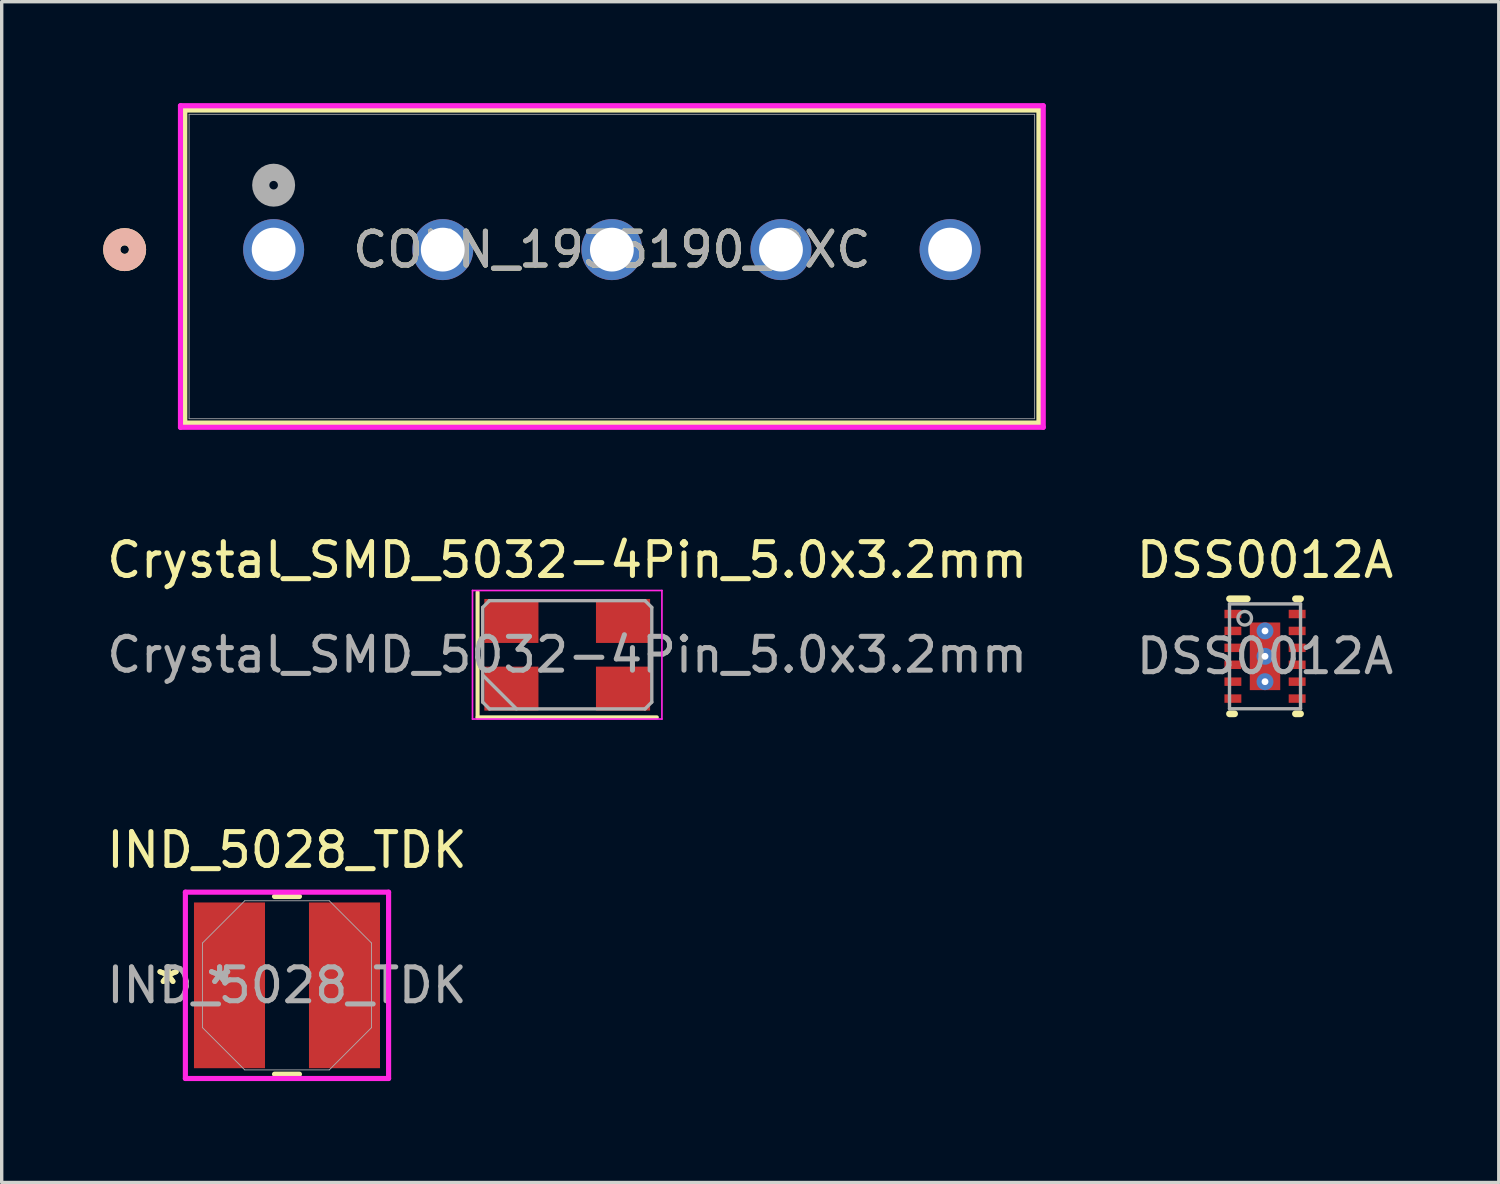
<source format=kicad_pcb>
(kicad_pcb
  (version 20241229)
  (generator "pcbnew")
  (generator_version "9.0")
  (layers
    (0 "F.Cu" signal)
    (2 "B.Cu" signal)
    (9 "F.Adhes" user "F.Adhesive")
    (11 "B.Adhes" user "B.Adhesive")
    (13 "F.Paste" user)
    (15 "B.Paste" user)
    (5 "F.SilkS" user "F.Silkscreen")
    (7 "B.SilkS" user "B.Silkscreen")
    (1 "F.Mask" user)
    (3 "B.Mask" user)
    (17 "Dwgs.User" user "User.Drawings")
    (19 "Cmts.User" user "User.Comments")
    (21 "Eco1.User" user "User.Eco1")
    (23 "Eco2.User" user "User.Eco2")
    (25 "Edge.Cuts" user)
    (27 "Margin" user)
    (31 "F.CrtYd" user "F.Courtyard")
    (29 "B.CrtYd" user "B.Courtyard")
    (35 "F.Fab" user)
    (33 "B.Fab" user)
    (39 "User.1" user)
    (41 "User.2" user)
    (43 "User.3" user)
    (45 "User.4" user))
  (footprint "DSS0012A"
    (layer "F.Cu")
    (at 34.351 16.354)
    (property "Reference" "DSS0012A" (at 0 -2.845 0) (unlocked yes) (layer "F.SilkS") (effects (font (size 1 1) (thickness 0.15))))
    (attr smd)
    (fp_line (start -1.05 1.7) (end -0.9 1.7) (stroke (width 0.2) (type solid)) (layer "F.SilkS"))
    (fp_line (start -1.05 -1.7) (end -0.525 -1.7) (stroke (width 0.2) (type solid)) (layer "F.SilkS"))
    (fp_line (start 0.9 -1.7) (end 1.05 -1.7) (stroke (width 0.2) (type solid)) (layer "F.SilkS"))
    (fp_line (start 0.9 1.7) (end 1.05 1.7) (stroke (width 0.2) (type solid)) (layer "F.SilkS"))
    (fp_poly (pts (xy -0.45 -0.149) (xy -0.45 -0.95) (xy -0.449 -0.96) (xy -0.446 -0.969) (xy -0.442 -0.978) (xy -0.436 -0.986) (xy -0.428 -0.992) (xy -0.419 -0.996) (xy -0.41 -0.999) (xy -0.401 -1) (xy 0.401 -1) (xy 0.41 -0.999) (xy 0.419 -0.996) (xy 0.428 -0.992) (xy 0.436 -0.986) (xy 0.442 -0.978) (xy 0.446 -0.969) (xy 0.449 -0.96) (xy 0.45 -0.95) (xy 0.45 -0.149) (xy 0.449 -0.14) (xy 0.446 -0.131) (xy 0.442 -0.122) (xy 0.436 -0.114) (xy 0.428 -0.108) (xy 0.419 -0.104) (xy 0.41 -0.101) (xy 0.401 -0.1) (xy -0.401 -0.1) (xy -0.41 -0.101) (xy -0.419 -0.104) (xy -0.428 -0.108) (xy -0.436 -0.114) (xy -0.442 -0.122) (xy -0.446 -0.131) (xy -0.449 -0.14)) (stroke (width 0) (type solid)) (fill yes) (layer "F.Paste"))
    (fp_poly (pts (xy -0.45 0.95) (xy -0.45 0.149) (xy -0.449 0.14) (xy -0.446 0.131) (xy -0.442 0.122) (xy -0.436 0.114) (xy -0.428 0.108) (xy -0.419 0.104) (xy -0.41 0.101) (xy -0.401 0.1) (xy 0.401 0.1) (xy 0.41 0.101) (xy 0.419 0.104) (xy 0.428 0.108) (xy 0.436 0.114) (xy 0.442 0.122) (xy 0.446 0.131) (xy 0.449 0.14) (xy 0.45 0.149) (xy 0.45 0.95) (xy 0.449 0.96) (xy 0.446 0.969) (xy 0.442 0.978) (xy 0.436 0.986) (xy 0.428 0.992) (xy 0.419 0.996) (xy 0.41 0.999) (xy 0.401 1) (xy -0.401 1) (xy -0.41 0.999) (xy -0.419 0.996) (xy -0.428 0.992) (xy -0.436 0.986) (xy -0.442 0.978) (xy -0.446 0.969) (xy -0.449 0.96)) (stroke (width 0) (type solid)) (fill yes) (layer "F.Paste"))
    (fp_line (start -1.05 -1.55) (end 1.05 -1.55) (stroke (width 0.1) (type solid)) (layer "F.Fab"))
    (fp_line (start -1.05 1.55) (end -1.05 -1.55) (stroke (width 0.1) (type solid)) (layer "F.Fab"))
    (fp_line (start -1.05 1.55) (end 1.05 1.55) (stroke (width 0.1) (type solid)) (layer "F.Fab"))
    (fp_line (start 1.05 1.55) (end 1.05 -1.55) (stroke (width 0.1) (type solid)) (layer "F.Fab"))
    (fp_circle (center -0.6 -1.125) (end -0.4 -1.125) (stroke (width 0.1) (type solid)) (fill no) (layer "F.Fab"))
    (fp_text user "${REFERENCE}" (at 0 0 0) (unlocked yes) (layer "F.Fab") (effects (font (size 1 1) (thickness 0.15))))
    (pad "1" smd rect (at -0.95 -1.25 90) (size 0.25 0.5) (layers "F.Cu" "F.Mask" "F.Paste"))
    (pad "2" smd rect (at -0.95 -0.75 90) (size 0.25 0.5) (layers "F.Cu" "F.Mask" "F.Paste"))
    (pad "3" smd rect (at -0.95 -0.25 90) (size 0.25 0.5) (layers "F.Cu" "F.Mask" "F.Paste"))
    (pad "4" smd rect (at -0.95 0.25 90) (size 0.25 0.5) (layers "F.Cu" "F.Mask" "F.Paste"))
    (pad "5" smd rect (at -0.95 0.75 90) (size 0.25 0.5) (layers "F.Cu" "F.Mask" "F.Paste"))
    (pad "6" smd rect (at -0.95 1.25 90) (size 0.25 0.5) (layers "F.Cu" "F.Mask" "F.Paste"))
    (pad "7" smd rect (at 0.95 1.25 90) (size 0.25 0.5) (layers "F.Cu" "F.Mask" "F.Paste"))
    (pad "8" smd rect (at 0.95 0.75 90) (size 0.25 0.5) (layers "F.Cu" "F.Mask" "F.Paste"))
    (pad "9" smd rect (at 0.95 0.25 90) (size 0.25 0.5) (layers "F.Cu" "F.Mask" "F.Paste"))
    (pad "10" smd rect (at 0.95 -0.25 90) (size 0.25 0.5) (layers "F.Cu" "F.Mask" "F.Paste"))
    (pad "11" smd rect (at 0.95 -0.75 90) (size 0.25 0.5) (layers "F.Cu" "F.Mask" "F.Paste"))
    (pad "12" smd rect (at 0.95 -1.25 90) (size 0.25 0.5) (layers "F.Cu" "F.Mask" "F.Paste"))
    (pad "13" smd rect (at 0.000003 0) (size 0.9 2) (layers "F.Cu" "F.Mask" "F.Paste"))
    (pad "V" thru_hole circle (at 0 -0.75) (size 0.5 0.5) (drill 0.203) (layers "*.Cu" "*.Mask"))
    (pad "V" thru_hole circle (at 0 0) (size 0.5 0.5) (drill 0.203) (layers "*.Cu" "*.Mask"))
    (pad "V" thru_hole circle (at 0 0.75) (size 0.5 0.5) (drill 0.203) (layers "*.Cu" "*.Mask")))
  (footprint "IND_5028_TDK"
    (layer "F.Cu")
    (at 5.435 26.082)
    (property "Reference" "IND_5028_TDK" (at 0 -4 0) (unlocked yes) (layer "F.SilkS") (effects (font (size 1 1) (thickness 0.15))))
    (attr smd)
    (fp_line (start -0.368 2.627) (end 0.368 2.627) (stroke (width 0.152) (type solid)) (layer "F.SilkS"))
    (fp_line (start 0.368 -2.627) (end -0.368 -2.627) (stroke (width 0.152) (type solid)) (layer "F.SilkS"))
    (fp_line (start -3.004 -2.754) (end 3.004 -2.754) (stroke (width 0.152) (type solid)) (layer "F.CrtYd"))
    (fp_line (start -3.004 2.754) (end -3.004 -2.754) (stroke (width 0.152) (type solid)) (layer "F.CrtYd"))
    (fp_line (start 3.004 -2.754) (end 3.004 2.754) (stroke (width 0.152) (type solid)) (layer "F.CrtYd"))
    (fp_line (start 3.004 2.754) (end -3.004 2.754) (stroke (width 0.152) (type solid)) (layer "F.CrtYd"))
    (fp_line (start -2.5 -1.25) (end -2.5 1.25) (stroke (width 0.025) (type solid)) (layer "F.Fab"))
    (fp_line (start -2.5 1.25) (end -1.25 2.5) (stroke (width 0.025) (type solid)) (layer "F.Fab"))
    (fp_line (start -1.25 -2.5) (end -2.5 -1.25) (stroke (width 0.025) (type solid)) (layer "F.Fab"))
    (fp_line (start -1.25 2.5) (end 1.25 2.5) (stroke (width 0.025) (type solid)) (layer "F.Fab"))
    (fp_line (start 1.25 -2.5) (end -1.25 -2.5) (stroke (width 0.025) (type solid)) (layer "F.Fab"))
    (fp_line (start 1.25 2.5) (end 2.5 1.25) (stroke (width 0.025) (type solid)) (layer "F.Fab"))
    (fp_line (start 2.5 -1.25) (end 1.25 -2.5) (stroke (width 0.025) (type solid)) (layer "F.Fab"))
    (fp_line (start 2.5 1.25) (end 2.5 -1.25) (stroke (width 0.025) (type solid)) (layer "F.Fab"))
    (fp_text user "*" (at -3.516 0 0) (unlocked yes) (layer "F.SilkS") (effects (font (size 1 1) (thickness 0.15))))
    (fp_text user "*" (at -3.516 0 0) (layer "F.SilkS") (effects (font (size 1 1) (thickness 0.15))))
    (fp_text user "*" (at -1.992 0 0) (unlocked yes) (layer "F.Fab") (effects (font (size 1 1) (thickness 0.15))))
    (fp_text user "${REFERENCE}" (at 0 0 0) (unlocked yes) (layer "F.Fab") (effects (font (size 1 1) (thickness 0.15))))
    (fp_text user "*" (at -1.992 0 0) (layer "F.Fab") (effects (font (size 1 1) (thickness 0.15))))
    (pad "1" smd rect (at -1.7 0) (size 2.1 4.9) (layers "F.Cu" "F.Mask" "F.Paste"))
    (pad "2" smd rect (at 1.7 0) (size 2.1 4.9) (layers "F.Cu" "F.Mask" "F.Paste")))
  (footprint "Crystal_SMD_5032-4Pin_5.0x3.2mm"
    (layer "F.Cu")
    (at 13.72 16.309)
    (property "Reference" "Crystal_SMD_5032-4Pin_5.0x3.2mm" (at 0 -2.8 0) (layer "F.SilkS") (effects (font (size 1 1) (thickness 0.15))))
    (attr smd)
    (fp_line (start -2.65 -1.85) (end -2.65 1.85) (stroke (width 0.12) (type solid)) (layer "F.SilkS"))
    (fp_line (start -2.65 1.85) (end 2.65 1.85) (stroke (width 0.12) (type solid)) (layer "F.SilkS"))
    (fp_line (start -2.8 -1.9) (end -2.8 1.9) (stroke (width 0.05) (type solid)) (layer "F.CrtYd"))
    (fp_line (start -2.8 1.9) (end 2.8 1.9) (stroke (width 0.05) (type solid)) (layer "F.CrtYd"))
    (fp_line (start 2.8 -1.9) (end -2.8 -1.9) (stroke (width 0.05) (type solid)) (layer "F.CrtYd"))
    (fp_line (start 2.8 1.9) (end 2.8 -1.9) (stroke (width 0.05) (type solid)) (layer "F.CrtYd"))
    (fp_line (start -2.5 -1.4) (end -2.3 -1.6) (stroke (width 0.1) (type solid)) (layer "F.Fab"))
    (fp_line (start -2.5 0.6) (end -1.5 1.6) (stroke (width 0.1) (type solid)) (layer "F.Fab"))
    (fp_line (start -2.5 1.4) (end -2.5 -1.4) (stroke (width 0.1) (type solid)) (layer "F.Fab"))
    (fp_line (start -2.3 -1.6) (end 2.3 -1.6) (stroke (width 0.1) (type solid)) (layer "F.Fab"))
    (fp_line (start -2.3 1.6) (end -2.5 1.4) (stroke (width 0.1) (type solid)) (layer "F.Fab"))
    (fp_line (start 2.3 -1.6) (end 2.5 -1.4) (stroke (width 0.1) (type solid)) (layer "F.Fab"))
    (fp_line (start 2.3 1.6) (end -2.3 1.6) (stroke (width 0.1) (type solid)) (layer "F.Fab"))
    (fp_line (start 2.5 -1.4) (end 2.5 1.4) (stroke (width 0.1) (type solid)) (layer "F.Fab"))
    (fp_line (start 2.5 1.4) (end 2.3 1.6) (stroke (width 0.1) (type solid)) (layer "F.Fab"))
    (fp_text user "${REFERENCE}" (at 0 0 0) (layer "F.Fab") (effects (font (size 1 1) (thickness 0.15))))
    (pad "1" smd rect (at -1.65 1) (size 1.6 1.3) (layers "F.Cu" "F.Mask" "F.Paste"))
    (pad "2" smd rect (at 1.65 1) (size 1.6 1.3) (layers "F.Cu" "F.Mask" "F.Paste"))
    (pad "3" smd rect (at 1.65 -1) (size 1.6 1.3) (layers "F.Cu" "F.Mask" "F.Paste"))
    (pad "4" smd rect (at -1.65 -1) (size 1.6 1.3) (layers "F.Cu" "F.Mask" "F.Paste")))
  (footprint "CONN_1935190_PXC"
    (layer "F.Cu")
    (at 5.04 4.33)
    (property "Reference" "CONN_1935190_PXC" (at 10 0 0) (unlocked yes) (layer "F.SilkS") (effects (font (size 1 1) (thickness 0.15))))
    (attr through_hole)
    (fp_line (start -2.627 -4.127) (end -2.627 5.127) (stroke (width 0.152) (type solid)) (layer "F.SilkS"))
    (fp_line (start -2.627 5.127) (end 22.627 5.127) (stroke (width 0.152) (type solid)) (layer "F.SilkS"))
    (fp_line (start 22.627 -4.127) (end -2.627 -4.127) (stroke (width 0.152) (type solid)) (layer "F.SilkS"))
    (fp_line (start 22.627 5.127) (end 22.627 -4.127) (stroke (width 0.152) (type solid)) (layer "F.SilkS"))
    (fp_circle (center -4.405 0) (end -4.024 0) (stroke (width 0.508) (type solid)) (fill no) (layer "F.SilkS"))
    (fp_circle (center -4.405 0) (end -4.024 0) (stroke (width 0.508) (type solid)) (fill no) (layer "B.SilkS"))
    (fp_line (start -2.754 -4.254) (end -2.754 5.254) (stroke (width 0.152) (type solid)) (layer "F.CrtYd"))
    (fp_line (start -2.754 5.254) (end 22.754 5.254) (stroke (width 0.152) (type solid)) (layer "F.CrtYd"))
    (fp_line (start 22.754 -4.254) (end -2.754 -4.254) (stroke (width 0.152) (type solid)) (layer "F.CrtYd"))
    (fp_line (start 22.754 5.254) (end 22.754 -4.254) (stroke (width 0.152) (type solid)) (layer "F.CrtYd"))
    (fp_line (start -2.5 -4) (end -2.5 5) (stroke (width 0.025) (type solid)) (layer "F.Fab"))
    (fp_line (start -2.5 5) (end 22.5 5) (stroke (width 0.025) (type solid)) (layer "F.Fab"))
    (fp_line (start 22.5 -4) (end -2.5 -4) (stroke (width 0.025) (type solid)) (layer "F.Fab"))
    (fp_line (start 22.5 5) (end 22.5 -4) (stroke (width 0.025) (type solid)) (layer "F.Fab"))
    (fp_circle (center 0 -1.905) (end 0.381 -1.905) (stroke (width 0.508) (type solid)) (fill no) (layer "F.Fab"))
    (fp_text user "${REFERENCE}" (at 10 0 0) (unlocked yes) (layer "F.Fab") (effects (font (size 1 1) (thickness 0.15))))
    (pad "1" thru_hole circle (at 0 0) (size 1.803 1.803) (drill 1.295) (layers "*.Cu" "*.Mask"))
    (pad "2" thru_hole circle (at 5 0) (size 1.803 1.803) (drill 1.295) (layers "*.Cu" "*.Mask"))
    (pad "3" thru_hole circle (at 10 0) (size 1.803 1.803) (drill 1.295) (layers "*.Cu" "*.Mask"))
    (pad "4" thru_hole circle (at 15 0) (size 1.803 1.803) (drill 1.295) (layers "*.Cu" "*.Mask"))
    (pad "5" thru_hole circle (at 20 0) (size 1.803 1.803) (drill 1.295) (layers "*.Cu" "*.Mask")))
  (gr_rect
    (start -3 -3)
    (end 41.262 31.912)
    (stroke (width 0.1) (type default))
    (fill no)
    (layer "Edge.Cuts")))
</source>
